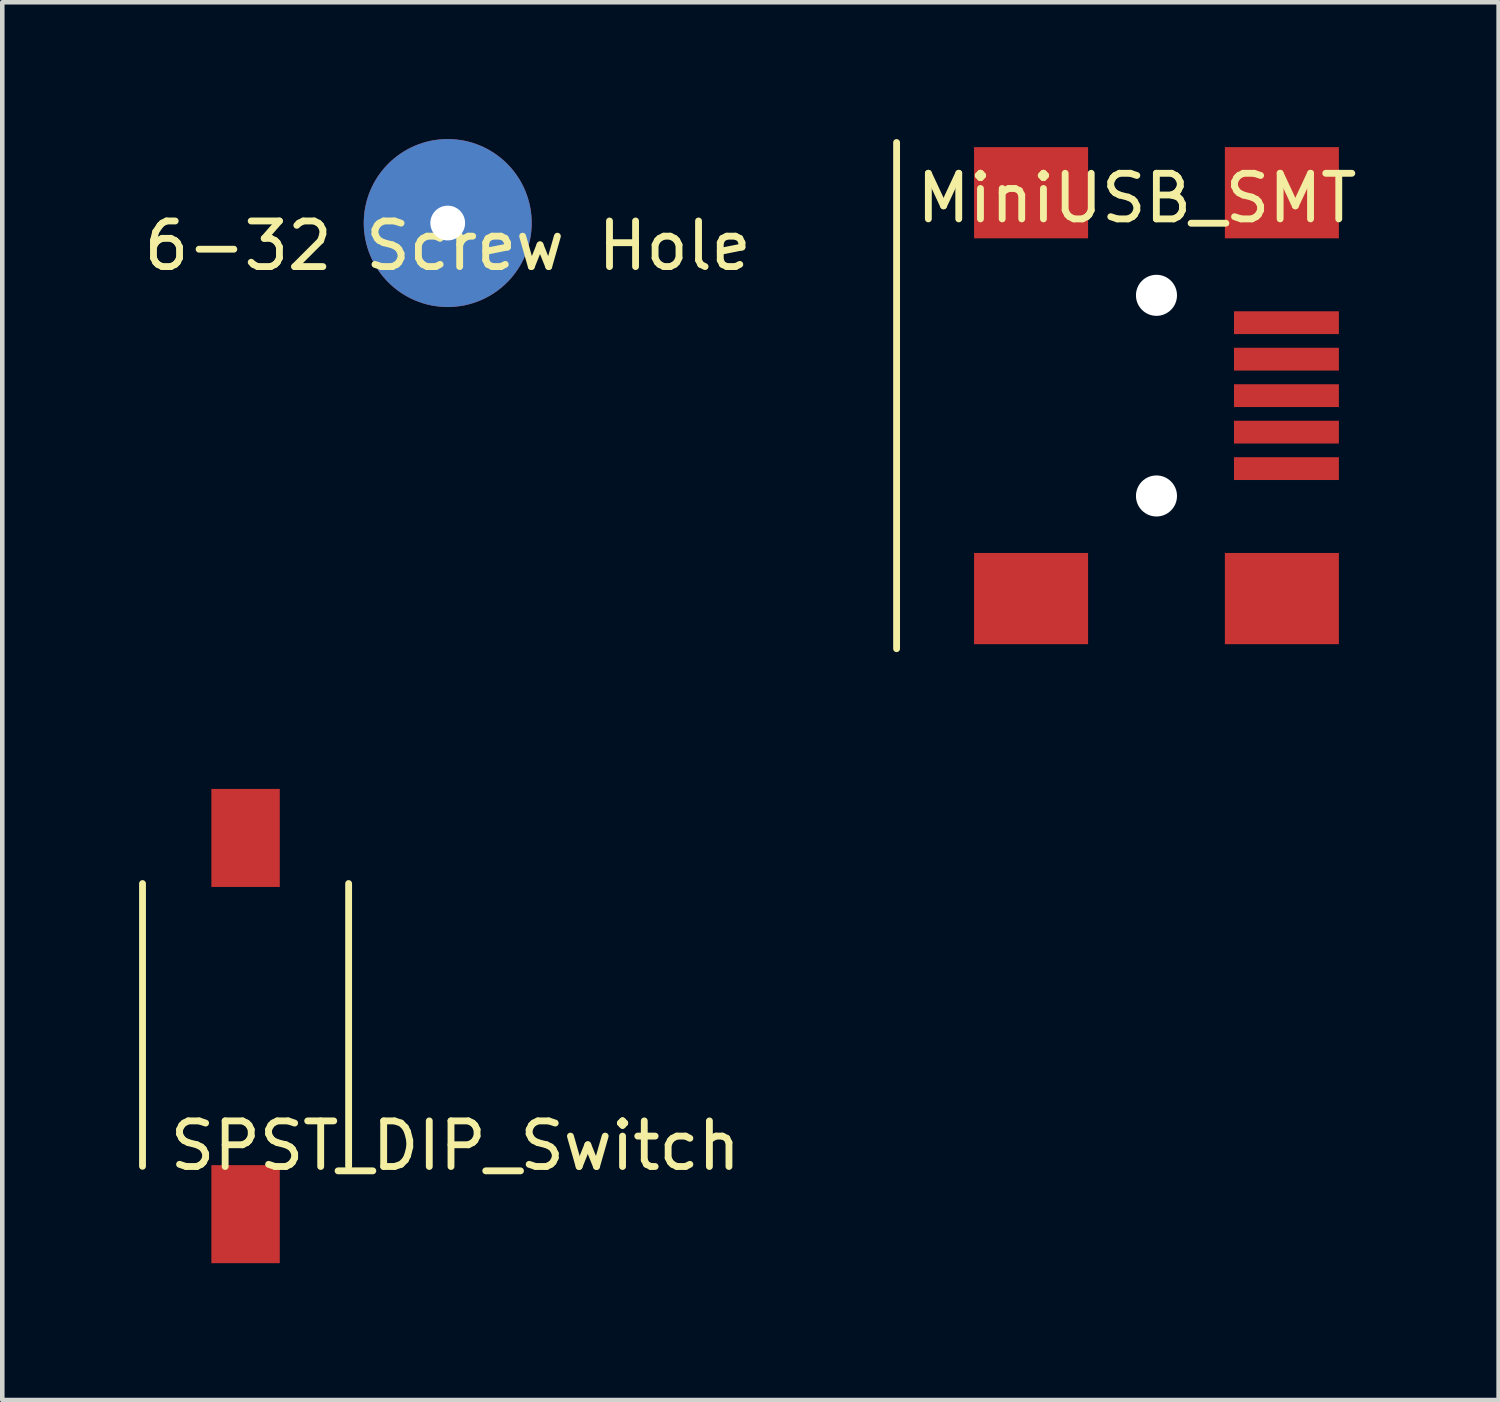
<source format=kicad_pcb>
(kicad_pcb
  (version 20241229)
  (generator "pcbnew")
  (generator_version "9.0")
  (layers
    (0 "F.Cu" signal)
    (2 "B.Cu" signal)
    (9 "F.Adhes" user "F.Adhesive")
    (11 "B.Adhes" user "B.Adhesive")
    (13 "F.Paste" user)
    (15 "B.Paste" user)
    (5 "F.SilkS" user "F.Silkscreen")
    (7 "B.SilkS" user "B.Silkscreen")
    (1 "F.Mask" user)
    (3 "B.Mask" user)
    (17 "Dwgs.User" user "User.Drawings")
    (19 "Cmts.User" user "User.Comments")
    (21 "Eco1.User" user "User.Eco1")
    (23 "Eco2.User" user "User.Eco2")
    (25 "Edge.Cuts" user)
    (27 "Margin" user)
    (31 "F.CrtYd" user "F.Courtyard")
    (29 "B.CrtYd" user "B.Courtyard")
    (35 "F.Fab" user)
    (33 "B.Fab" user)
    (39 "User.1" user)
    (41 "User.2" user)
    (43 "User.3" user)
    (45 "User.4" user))
  (footprint "MiniUSB_SMT"
    (layer "F.Cu")
    (at 22.311 5.625)
    (property "Reference" "MiniUSB_SMT" (at -0.432 -4.33 0) (layer "F.SilkS") (effects (font (size 1 1) (thickness 0.15))))
    (attr through_hole)
    (fp_line (start -5.7 5.55) (end -5.7 -5.55) (stroke (width 0.15) (type solid)) (layer "F.SilkS"))
    (pad "" smd rect (at -2.751 -4.449) (size 2.5 2) (layers "F.Cu" "F.Mask" "F.Paste"))
    (pad "" smd rect (at -2.751 4.451) (size 2.5 2) (layers "F.Cu" "F.Mask" "F.Paste"))
    (pad "" np_thru_hole circle (at -0.001 -2.199) (size 0.9 0.9) (drill 0.9) (layers "*.Cu" "*.Mask"))
    (pad "" np_thru_hole circle (at -0.001 2.201) (size 0.9 0.9) (drill 0.9) (layers "*.Cu" "*.Mask"))
    (pad "" smd rect (at 2.749 -4.449) (size 2.5 2) (layers "F.Cu" "F.Mask" "F.Paste"))
    (pad "" smd rect (at 2.749 4.451) (size 2.5 2) (layers "F.Cu" "F.Mask" "F.Paste"))
    (pad "1" smd rect (at 2.849 -1.599) (size 2.3 0.5) (layers "F.Cu" "F.Mask" "F.Paste"))
    (pad "2" smd rect (at 2.849 -0.799) (size 2.3 0.5) (layers "F.Cu" "F.Mask" "F.Paste"))
    (pad "3" smd rect (at 2.849 0.001) (size 2.3 0.5) (layers "F.Cu" "F.Mask" "F.Paste"))
    (pad "4" smd rect (at 2.849 0.801) (size 2.3 0.5) (layers "F.Cu" "F.Mask" "F.Paste"))
    (pad "5" smd rect (at 2.849 1.601) (size 2.3 0.5) (layers "F.Cu" "F.Mask" "F.Paste")))
  (footprint "SPST_DIP_Switch"
    (layer "F.Cu")
    (at 2.335 23.575)
    (property "Reference" "SPST_DIP_Switch" (at 4.6 -1.5 0) (layer "F.SilkS") (effects (font (size 1 1) (thickness 0.15))))
    (attr through_hole)
    (fp_line (start -2.26 -1.05) (end -2.26 -7.25) (stroke (width 0.15) (type solid)) (layer "F.SilkS"))
    (fp_line (start 2.26 -1.05) (end 2.26 -7.25) (stroke (width 0.15) (type solid)) (layer "F.SilkS"))
    (pad "1" smd rect (at 0 -8.25) (size 1.5 2.15) (layers "F.Cu" "F.Mask" "F.Paste"))
    (pad "2" smd rect (at 0 0) (size 1.5 2.15) (layers "F.Cu" "F.Mask" "F.Paste")))
  (footprint "6-32 Screw Hole"
    (layer "F.Cu")
    (at 6.768 1.841)
    (property "Reference" "6-32 Screw Hole" (at 0 0.5 0) (layer "F.SilkS") (effects (font (size 1 1) (thickness 0.15))))
    (attr through_hole)
    (pad "" np_thru_hole circle (at 0 0) (size 3.683 3.683) (drill 0.762) (layers "*.Cu" "*.Mask")))
  (gr_rect
    (start -3 -3)
    (end 29.813 27.65)
    (stroke (width 0.1) (type default))
    (fill no)
    (layer "Edge.Cuts")))
</source>
